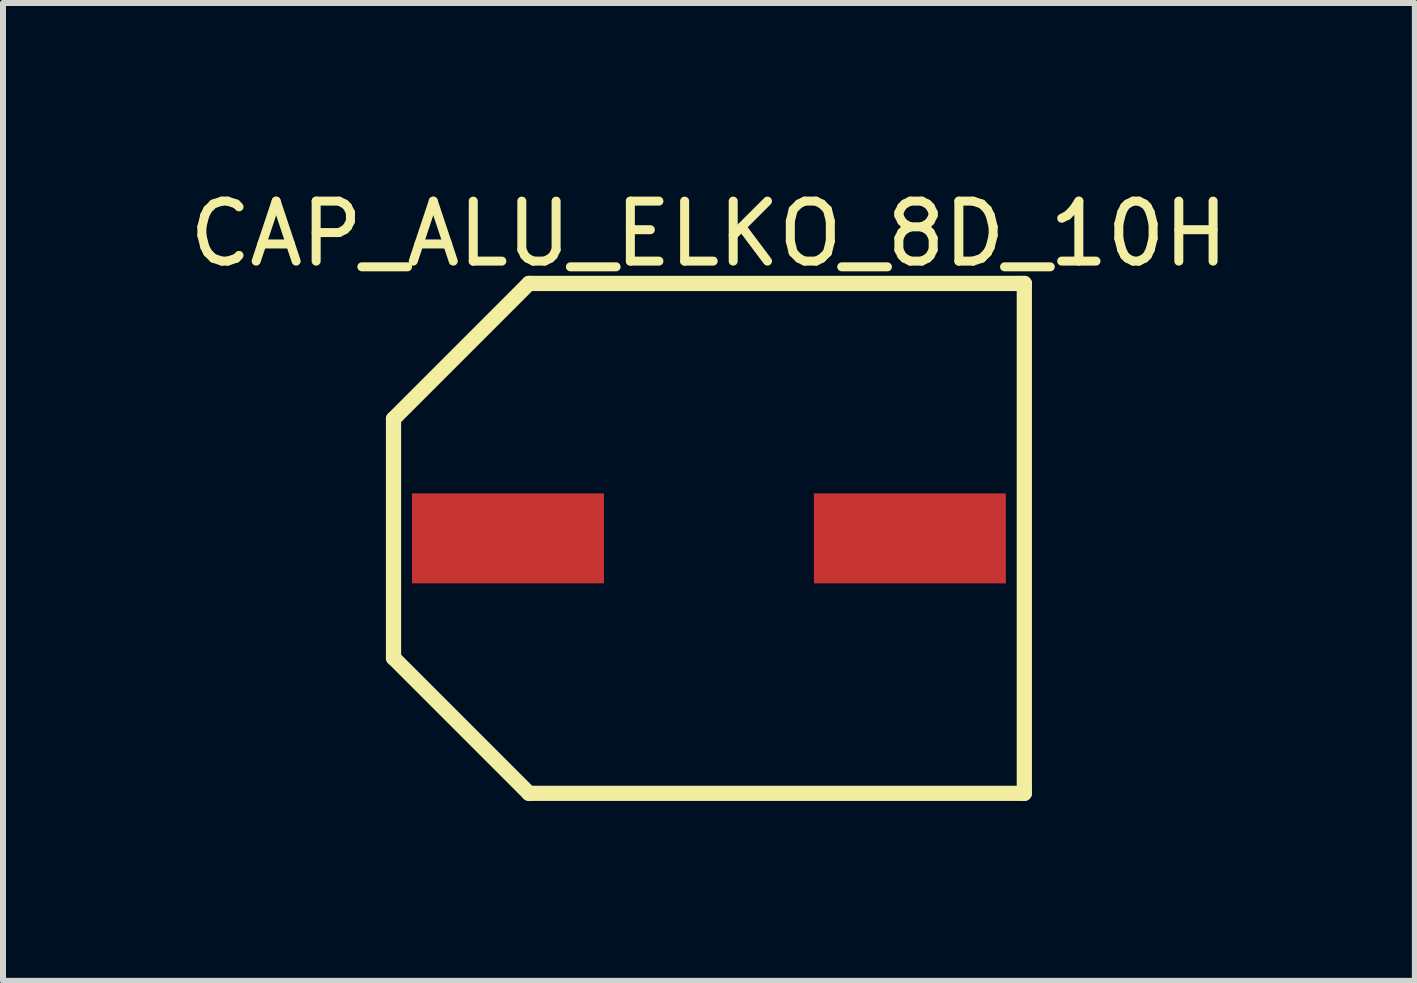
<source format=kicad_pcb>
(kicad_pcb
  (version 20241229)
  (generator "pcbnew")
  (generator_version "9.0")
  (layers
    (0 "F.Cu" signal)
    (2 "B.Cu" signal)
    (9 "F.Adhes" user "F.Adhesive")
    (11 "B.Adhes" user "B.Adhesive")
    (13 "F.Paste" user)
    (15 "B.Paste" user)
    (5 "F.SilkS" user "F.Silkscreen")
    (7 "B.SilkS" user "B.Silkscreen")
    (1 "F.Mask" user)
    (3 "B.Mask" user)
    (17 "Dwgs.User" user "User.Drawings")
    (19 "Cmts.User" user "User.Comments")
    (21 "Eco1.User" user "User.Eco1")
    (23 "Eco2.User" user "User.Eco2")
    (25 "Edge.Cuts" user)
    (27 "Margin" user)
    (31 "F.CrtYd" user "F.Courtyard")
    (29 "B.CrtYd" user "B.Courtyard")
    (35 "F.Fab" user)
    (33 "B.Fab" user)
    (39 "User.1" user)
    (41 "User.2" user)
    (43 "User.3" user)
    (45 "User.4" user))
  (footprint "CAP_ALU_ELKO_8D_10H"
    (layer "F.Cu")
    (at 8.768 5.925)
    (property "Reference" "CAP_ALU_ELKO_8D_10H" (at 0 -5.077 0) (layer "F.SilkS") (effects (font (size 1 1) (thickness 0.15))))
    (fp_line (start -5.258 -1.992) (end -3 -4.25) (stroke (width 0.254) (type solid)) (layer "F.SilkS"))
    (fp_line (start -5.258 1.992) (end -5.258 -1.992) (stroke (width 0.254) (type solid)) (layer "F.SilkS"))
    (fp_line (start -5.258 1.992) (end -3 4.25) (stroke (width 0.254) (type solid)) (layer "F.SilkS"))
    (fp_line (start -3 -4.25) (end 5.258 -4.25) (stroke (width 0.254) (type solid)) (layer "F.SilkS"))
    (fp_line (start -3 4.25) (end 5.258 4.25) (stroke (width 0.254) (type solid)) (layer "F.SilkS"))
    (fp_line (start 5.258 4.25) (end 5.258 -4.25) (stroke (width 0.254) (type solid)) (layer "F.SilkS"))
    (pad "N" smd rect (at 3.35 0) (size 3.2 1.5) (layers "F.Cu" "F.Mask" "F.Paste"))
    (pad "P" smd rect (at -3.35 0) (size 3.2 1.5) (layers "F.Cu" "F.Mask" "F.Paste")))
  (gr_rect
    (start -3 -3)
    (end 20.536 13.302)
    (stroke (width 0.1) (type default))
    (fill no)
    (layer "Edge.Cuts")))
</source>
